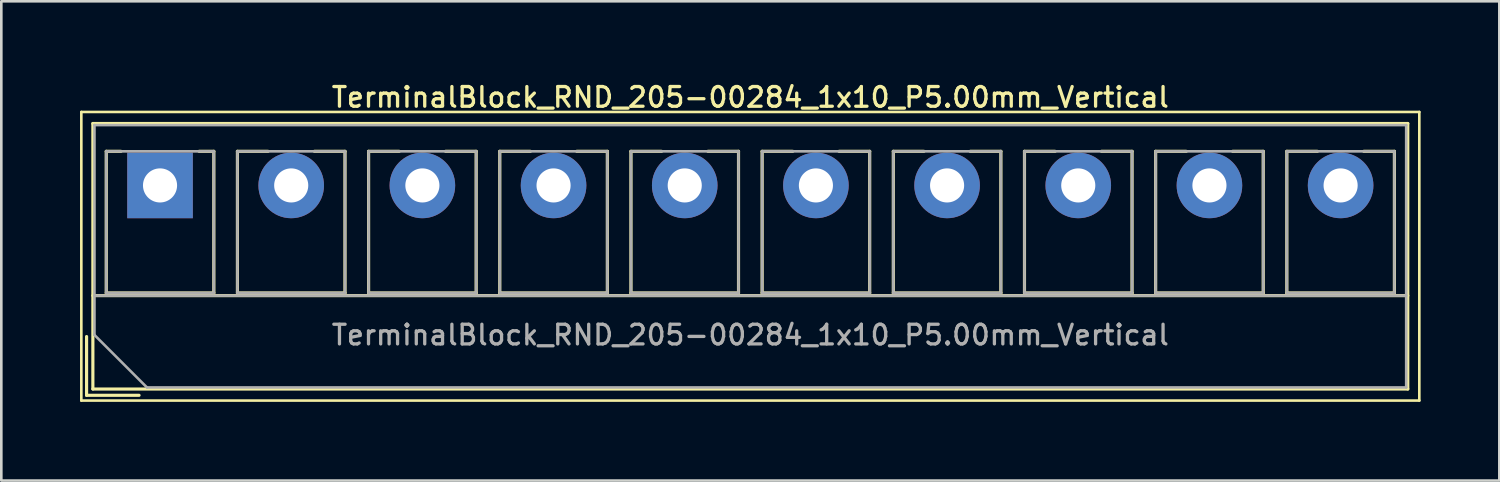
<source format=kicad_pcb>
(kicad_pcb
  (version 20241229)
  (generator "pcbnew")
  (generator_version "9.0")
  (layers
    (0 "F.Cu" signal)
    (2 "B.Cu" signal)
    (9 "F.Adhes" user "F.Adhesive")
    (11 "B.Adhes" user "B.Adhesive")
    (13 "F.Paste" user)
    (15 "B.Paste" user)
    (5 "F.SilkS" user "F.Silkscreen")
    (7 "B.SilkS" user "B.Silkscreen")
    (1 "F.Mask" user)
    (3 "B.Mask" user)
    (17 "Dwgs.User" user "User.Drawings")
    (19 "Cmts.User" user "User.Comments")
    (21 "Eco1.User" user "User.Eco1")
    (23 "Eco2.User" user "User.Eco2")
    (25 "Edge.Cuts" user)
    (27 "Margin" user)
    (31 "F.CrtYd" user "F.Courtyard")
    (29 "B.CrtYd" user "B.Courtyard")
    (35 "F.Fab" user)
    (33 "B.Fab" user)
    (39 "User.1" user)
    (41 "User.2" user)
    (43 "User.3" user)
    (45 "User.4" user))
  (footprint "TerminalBlock_RND_205-00284_1x10_P5.00mm_Vertical"
    (layer "F.Cu")
    (at 3.05 4.018)
    (property "Reference" "TerminalBlock_RND_205-00284_1x10_P5.00mm_Vertical" (at 22.5 -3.36 0) (layer "F.SilkS") (effects (font (size 0.75 0.75) (thickness 0.125))))
    (attr through_hole)
    (fp_line (start -3 -2.8) (end -3 8.2) (stroke (width 0.1) (type solid)) (layer "F.SilkS"))
    (fp_line (start -3 8.2) (end 48 8.2) (stroke (width 0.1) (type solid)) (layer "F.SilkS"))
    (fp_line (start -2.8 5.76) (end -2.8 8) (stroke (width 0.12) (type solid)) (layer "F.SilkS"))
    (fp_line (start -2.8 8) (end -0.8 8) (stroke (width 0.12) (type solid)) (layer "F.SilkS"))
    (fp_line (start -2.56 -2.36) (end -2.56 7.76) (stroke (width 0.12) (type solid)) (layer "F.SilkS"))
    (fp_line (start -2.56 -2.36) (end 47.56 -2.36) (stroke (width 0.12) (type solid)) (layer "F.SilkS"))
    (fp_line (start -2.56 4.2) (end 47.56 4.2) (stroke (width 0.12) (type solid)) (layer "F.SilkS"))
    (fp_line (start -2.56 7.76) (end 47.56 7.76) (stroke (width 0.12) (type solid)) (layer "F.SilkS"))
    (fp_line (start -2.05 -1.3) (end -2.05 4.1) (stroke (width 0.12) (type solid)) (layer "F.SilkS"))
    (fp_line (start -2.05 -1.3) (end -1.49 -1.3) (stroke (width 0.12) (type solid)) (layer "F.SilkS"))
    (fp_line (start -2.05 4.1) (end 2.05 4.1) (stroke (width 0.12) (type solid)) (layer "F.SilkS"))
    (fp_line (start 1.49 -1.3) (end 2.05 -1.3) (stroke (width 0.12) (type solid)) (layer "F.SilkS"))
    (fp_line (start 2.05 -1.3) (end 2.05 4.1) (stroke (width 0.12) (type solid)) (layer "F.SilkS"))
    (fp_line (start 2.95 -1.3) (end 2.95 4.1) (stroke (width 0.12) (type solid)) (layer "F.SilkS"))
    (fp_line (start 2.95 -1.3) (end 4.117 -1.3) (stroke (width 0.12) (type solid)) (layer "F.SilkS"))
    (fp_line (start 2.95 4.1) (end 7.05 4.1) (stroke (width 0.12) (type solid)) (layer "F.SilkS"))
    (fp_line (start 5.884 -1.3) (end 7.05 -1.3) (stroke (width 0.12) (type solid)) (layer "F.SilkS"))
    (fp_line (start 7.05 -1.3) (end 7.05 4.1) (stroke (width 0.12) (type solid)) (layer "F.SilkS"))
    (fp_line (start 7.95 -1.3) (end 7.95 4.1) (stroke (width 0.12) (type solid)) (layer "F.SilkS"))
    (fp_line (start 7.95 -1.3) (end 9.117 -1.3) (stroke (width 0.12) (type solid)) (layer "F.SilkS"))
    (fp_line (start 7.95 4.1) (end 12.05 4.1) (stroke (width 0.12) (type solid)) (layer "F.SilkS"))
    (fp_line (start 10.884 -1.3) (end 12.05 -1.3) (stroke (width 0.12) (type solid)) (layer "F.SilkS"))
    (fp_line (start 12.05 -1.3) (end 12.05 4.1) (stroke (width 0.12) (type solid)) (layer "F.SilkS"))
    (fp_line (start 12.95 -1.3) (end 12.95 4.1) (stroke (width 0.12) (type solid)) (layer "F.SilkS"))
    (fp_line (start 12.95 -1.3) (end 14.117 -1.3) (stroke (width 0.12) (type solid)) (layer "F.SilkS"))
    (fp_line (start 12.95 4.1) (end 17.05 4.1) (stroke (width 0.12) (type solid)) (layer "F.SilkS"))
    (fp_line (start 15.884 -1.3) (end 17.05 -1.3) (stroke (width 0.12) (type solid)) (layer "F.SilkS"))
    (fp_line (start 17.05 -1.3) (end 17.05 4.1) (stroke (width 0.12) (type solid)) (layer "F.SilkS"))
    (fp_line (start 17.95 -1.3) (end 17.95 4.1) (stroke (width 0.12) (type solid)) (layer "F.SilkS"))
    (fp_line (start 17.95 -1.3) (end 19.117 -1.3) (stroke (width 0.12) (type solid)) (layer "F.SilkS"))
    (fp_line (start 17.95 4.1) (end 22.05 4.1) (stroke (width 0.12) (type solid)) (layer "F.SilkS"))
    (fp_line (start 20.884 -1.3) (end 22.05 -1.3) (stroke (width 0.12) (type solid)) (layer "F.SilkS"))
    (fp_line (start 22.05 -1.3) (end 22.05 4.1) (stroke (width 0.12) (type solid)) (layer "F.SilkS"))
    (fp_line (start 22.95 -1.3) (end 22.95 4.1) (stroke (width 0.12) (type solid)) (layer "F.SilkS"))
    (fp_line (start 22.95 -1.3) (end 24.117 -1.3) (stroke (width 0.12) (type solid)) (layer "F.SilkS"))
    (fp_line (start 22.95 4.1) (end 27.05 4.1) (stroke (width 0.12) (type solid)) (layer "F.SilkS"))
    (fp_line (start 25.884 -1.3) (end 27.05 -1.3) (stroke (width 0.12) (type solid)) (layer "F.SilkS"))
    (fp_line (start 27.05 -1.3) (end 27.05 4.1) (stroke (width 0.12) (type solid)) (layer "F.SilkS"))
    (fp_line (start 27.95 -1.3) (end 27.95 4.1) (stroke (width 0.12) (type solid)) (layer "F.SilkS"))
    (fp_line (start 27.95 -1.3) (end 29.117 -1.3) (stroke (width 0.12) (type solid)) (layer "F.SilkS"))
    (fp_line (start 27.95 4.1) (end 32.05 4.1) (stroke (width 0.12) (type solid)) (layer "F.SilkS"))
    (fp_line (start 30.884 -1.3) (end 32.05 -1.3) (stroke (width 0.12) (type solid)) (layer "F.SilkS"))
    (fp_line (start 32.05 -1.3) (end 32.05 4.1) (stroke (width 0.12) (type solid)) (layer "F.SilkS"))
    (fp_line (start 32.95 -1.3) (end 32.95 4.1) (stroke (width 0.12) (type solid)) (layer "F.SilkS"))
    (fp_line (start 32.95 -1.3) (end 34.117 -1.3) (stroke (width 0.12) (type solid)) (layer "F.SilkS"))
    (fp_line (start 32.95 4.1) (end 37.05 4.1) (stroke (width 0.12) (type solid)) (layer "F.SilkS"))
    (fp_line (start 35.884 -1.3) (end 37.05 -1.3) (stroke (width 0.12) (type solid)) (layer "F.SilkS"))
    (fp_line (start 37.05 -1.3) (end 37.05 4.1) (stroke (width 0.12) (type solid)) (layer "F.SilkS"))
    (fp_line (start 37.95 -1.3) (end 37.95 4.1) (stroke (width 0.12) (type solid)) (layer "F.SilkS"))
    (fp_line (start 37.95 -1.3) (end 39.117 -1.3) (stroke (width 0.12) (type solid)) (layer "F.SilkS"))
    (fp_line (start 37.95 4.1) (end 42.05 4.1) (stroke (width 0.12) (type solid)) (layer "F.SilkS"))
    (fp_line (start 40.884 -1.3) (end 42.05 -1.3) (stroke (width 0.12) (type solid)) (layer "F.SilkS"))
    (fp_line (start 42.05 -1.3) (end 42.05 4.1) (stroke (width 0.12) (type solid)) (layer "F.SilkS"))
    (fp_line (start 42.95 -1.3) (end 42.95 4.1) (stroke (width 0.12) (type solid)) (layer "F.SilkS"))
    (fp_line (start 42.95 -1.3) (end 44.117 -1.3) (stroke (width 0.12) (type solid)) (layer "F.SilkS"))
    (fp_line (start 42.95 4.1) (end 47.05 4.1) (stroke (width 0.12) (type solid)) (layer "F.SilkS"))
    (fp_line (start 45.884 -1.3) (end 47.05 -1.3) (stroke (width 0.12) (type solid)) (layer "F.SilkS"))
    (fp_line (start 47.05 -1.3) (end 47.05 4.1) (stroke (width 0.12) (type solid)) (layer "F.SilkS"))
    (fp_line (start 47.56 -2.36) (end 47.56 7.76) (stroke (width 0.12) (type solid)) (layer "F.SilkS"))
    (fp_line (start 48 -2.8) (end -3 -2.8) (stroke (width 0.1) (type solid)) (layer "F.SilkS"))
    (fp_line (start 48 8.2) (end 48 -2.8) (stroke (width 0.1) (type solid)) (layer "F.SilkS"))
    (fp_line (start -2.5 -2.3) (end 47.5 -2.3) (stroke (width 0.1) (type solid)) (layer "F.Fab"))
    (fp_line (start -2.5 4.2) (end 47.5 4.2) (stroke (width 0.1) (type solid)) (layer "F.Fab"))
    (fp_line (start -2.5 5.7) (end -2.5 -2.3) (stroke (width 0.1) (type solid)) (layer "F.Fab"))
    (fp_line (start -2.05 -1.3) (end -2.05 4.1) (stroke (width 0.1) (type solid)) (layer "F.Fab"))
    (fp_line (start -2.05 4.1) (end 2.05 4.1) (stroke (width 0.1) (type solid)) (layer "F.Fab"))
    (fp_line (start -0.5 7.7) (end -2.5 5.7) (stroke (width 0.1) (type solid)) (layer "F.Fab"))
    (fp_line (start 2.05 -1.3) (end -2.05 -1.3) (stroke (width 0.1) (type solid)) (layer "F.Fab"))
    (fp_line (start 2.05 4.1) (end 2.05 -1.3) (stroke (width 0.1) (type solid)) (layer "F.Fab"))
    (fp_line (start 2.95 -1.3) (end 2.95 4.1) (stroke (width 0.1) (type solid)) (layer "F.Fab"))
    (fp_line (start 2.95 4.1) (end 7.05 4.1) (stroke (width 0.1) (type solid)) (layer "F.Fab"))
    (fp_line (start 7.05 -1.3) (end 2.95 -1.3) (stroke (width 0.1) (type solid)) (layer "F.Fab"))
    (fp_line (start 7.05 4.1) (end 7.05 -1.3) (stroke (width 0.1) (type solid)) (layer "F.Fab"))
    (fp_line (start 7.95 -1.3) (end 7.95 4.1) (stroke (width 0.1) (type solid)) (layer "F.Fab"))
    (fp_line (start 7.95 4.1) (end 12.05 4.1) (stroke (width 0.1) (type solid)) (layer "F.Fab"))
    (fp_line (start 12.05 -1.3) (end 7.95 -1.3) (stroke (width 0.1) (type solid)) (layer "F.Fab"))
    (fp_line (start 12.05 4.1) (end 12.05 -1.3) (stroke (width 0.1) (type solid)) (layer "F.Fab"))
    (fp_line (start 12.95 -1.3) (end 12.95 4.1) (stroke (width 0.1) (type solid)) (layer "F.Fab"))
    (fp_line (start 12.95 4.1) (end 17.05 4.1) (stroke (width 0.1) (type solid)) (layer "F.Fab"))
    (fp_line (start 17.05 -1.3) (end 12.95 -1.3) (stroke (width 0.1) (type solid)) (layer "F.Fab"))
    (fp_line (start 17.05 4.1) (end 17.05 -1.3) (stroke (width 0.1) (type solid)) (layer "F.Fab"))
    (fp_line (start 17.95 -1.3) (end 17.95 4.1) (stroke (width 0.1) (type solid)) (layer "F.Fab"))
    (fp_line (start 17.95 4.1) (end 22.05 4.1) (stroke (width 0.1) (type solid)) (layer "F.Fab"))
    (fp_line (start 22.05 -1.3) (end 17.95 -1.3) (stroke (width 0.1) (type solid)) (layer "F.Fab"))
    (fp_line (start 22.05 4.1) (end 22.05 -1.3) (stroke (width 0.1) (type solid)) (layer "F.Fab"))
    (fp_line (start 22.95 -1.3) (end 22.95 4.1) (stroke (width 0.1) (type solid)) (layer "F.Fab"))
    (fp_line (start 22.95 4.1) (end 27.05 4.1) (stroke (width 0.1) (type solid)) (layer "F.Fab"))
    (fp_line (start 27.05 -1.3) (end 22.95 -1.3) (stroke (width 0.1) (type solid)) (layer "F.Fab"))
    (fp_line (start 27.05 4.1) (end 27.05 -1.3) (stroke (width 0.1) (type solid)) (layer "F.Fab"))
    (fp_line (start 27.95 -1.3) (end 27.95 4.1) (stroke (width 0.1) (type solid)) (layer "F.Fab"))
    (fp_line (start 27.95 4.1) (end 32.05 4.1) (stroke (width 0.1) (type solid)) (layer "F.Fab"))
    (fp_line (start 32.05 -1.3) (end 27.95 -1.3) (stroke (width 0.1) (type solid)) (layer "F.Fab"))
    (fp_line (start 32.05 4.1) (end 32.05 -1.3) (stroke (width 0.1) (type solid)) (layer "F.Fab"))
    (fp_line (start 32.95 -1.3) (end 32.95 4.1) (stroke (width 0.1) (type solid)) (layer "F.Fab"))
    (fp_line (start 32.95 4.1) (end 37.05 4.1) (stroke (width 0.1) (type solid)) (layer "F.Fab"))
    (fp_line (start 37.05 -1.3) (end 32.95 -1.3) (stroke (width 0.1) (type solid)) (layer "F.Fab"))
    (fp_line (start 37.05 4.1) (end 37.05 -1.3) (stroke (width 0.1) (type solid)) (layer "F.Fab"))
    (fp_line (start 37.95 -1.3) (end 37.95 4.1) (stroke (width 0.1) (type solid)) (layer "F.Fab"))
    (fp_line (start 37.95 4.1) (end 42.05 4.1) (stroke (width 0.1) (type solid)) (layer "F.Fab"))
    (fp_line (start 42.05 -1.3) (end 37.95 -1.3) (stroke (width 0.1) (type solid)) (layer "F.Fab"))
    (fp_line (start 42.05 4.1) (end 42.05 -1.3) (stroke (width 0.1) (type solid)) (layer "F.Fab"))
    (fp_line (start 42.95 -1.3) (end 42.95 4.1) (stroke (width 0.1) (type solid)) (layer "F.Fab"))
    (fp_line (start 42.95 4.1) (end 47.05 4.1) (stroke (width 0.1) (type solid)) (layer "F.Fab"))
    (fp_line (start 47.05 -1.3) (end 42.95 -1.3) (stroke (width 0.1) (type solid)) (layer "F.Fab"))
    (fp_line (start 47.05 4.1) (end 47.05 -1.3) (stroke (width 0.1) (type solid)) (layer "F.Fab"))
    (fp_line (start 47.5 -2.3) (end 47.5 7.7) (stroke (width 0.1) (type solid)) (layer "F.Fab"))
    (fp_line (start 47.5 7.7) (end -0.5 7.7) (stroke (width 0.1) (type solid)) (layer "F.Fab"))
    (fp_text user "${REFERENCE}" (at 22.5 5.7 0) (layer "F.Fab") (effects (font (size 0.75 0.75) (thickness 0.125))))
    (pad "1" thru_hole rect (at 0 0) (size 2.5 2.5) (drill 1.3) (layers "*.Cu" "*.Mask"))
    (pad "2" thru_hole circle (at 5 0) (size 2.5 2.5) (drill 1.3) (layers "*.Cu" "*.Mask"))
    (pad "3" thru_hole circle (at 10 0) (size 2.5 2.5) (drill 1.3) (layers "*.Cu" "*.Mask"))
    (pad "4" thru_hole circle (at 15 0) (size 2.5 2.5) (drill 1.3) (layers "*.Cu" "*.Mask"))
    (pad "5" thru_hole circle (at 20 0) (size 2.5 2.5) (drill 1.3) (layers "*.Cu" "*.Mask"))
    (pad "6" thru_hole circle (at 25 0) (size 2.5 2.5) (drill 1.3) (layers "*.Cu" "*.Mask"))
    (pad "7" thru_hole circle (at 30 0) (size 2.5 2.5) (drill 1.3) (layers "*.Cu" "*.Mask"))
    (pad "8" thru_hole circle (at 35 0) (size 2.5 2.5) (drill 1.3) (layers "*.Cu" "*.Mask"))
    (pad "9" thru_hole circle (at 40 0) (size 2.5 2.5) (drill 1.3) (layers "*.Cu" "*.Mask"))
    (pad "10" thru_hole circle (at 45 0) (size 2.5 2.5) (drill 1.3) (layers "*.Cu" "*.Mask")))
  (gr_rect
    (start -3 -3)
    (end 54.1 15.268)
    (stroke (width 0.1) (type default))
    (fill no)
    (layer "Edge.Cuts")))
</source>
